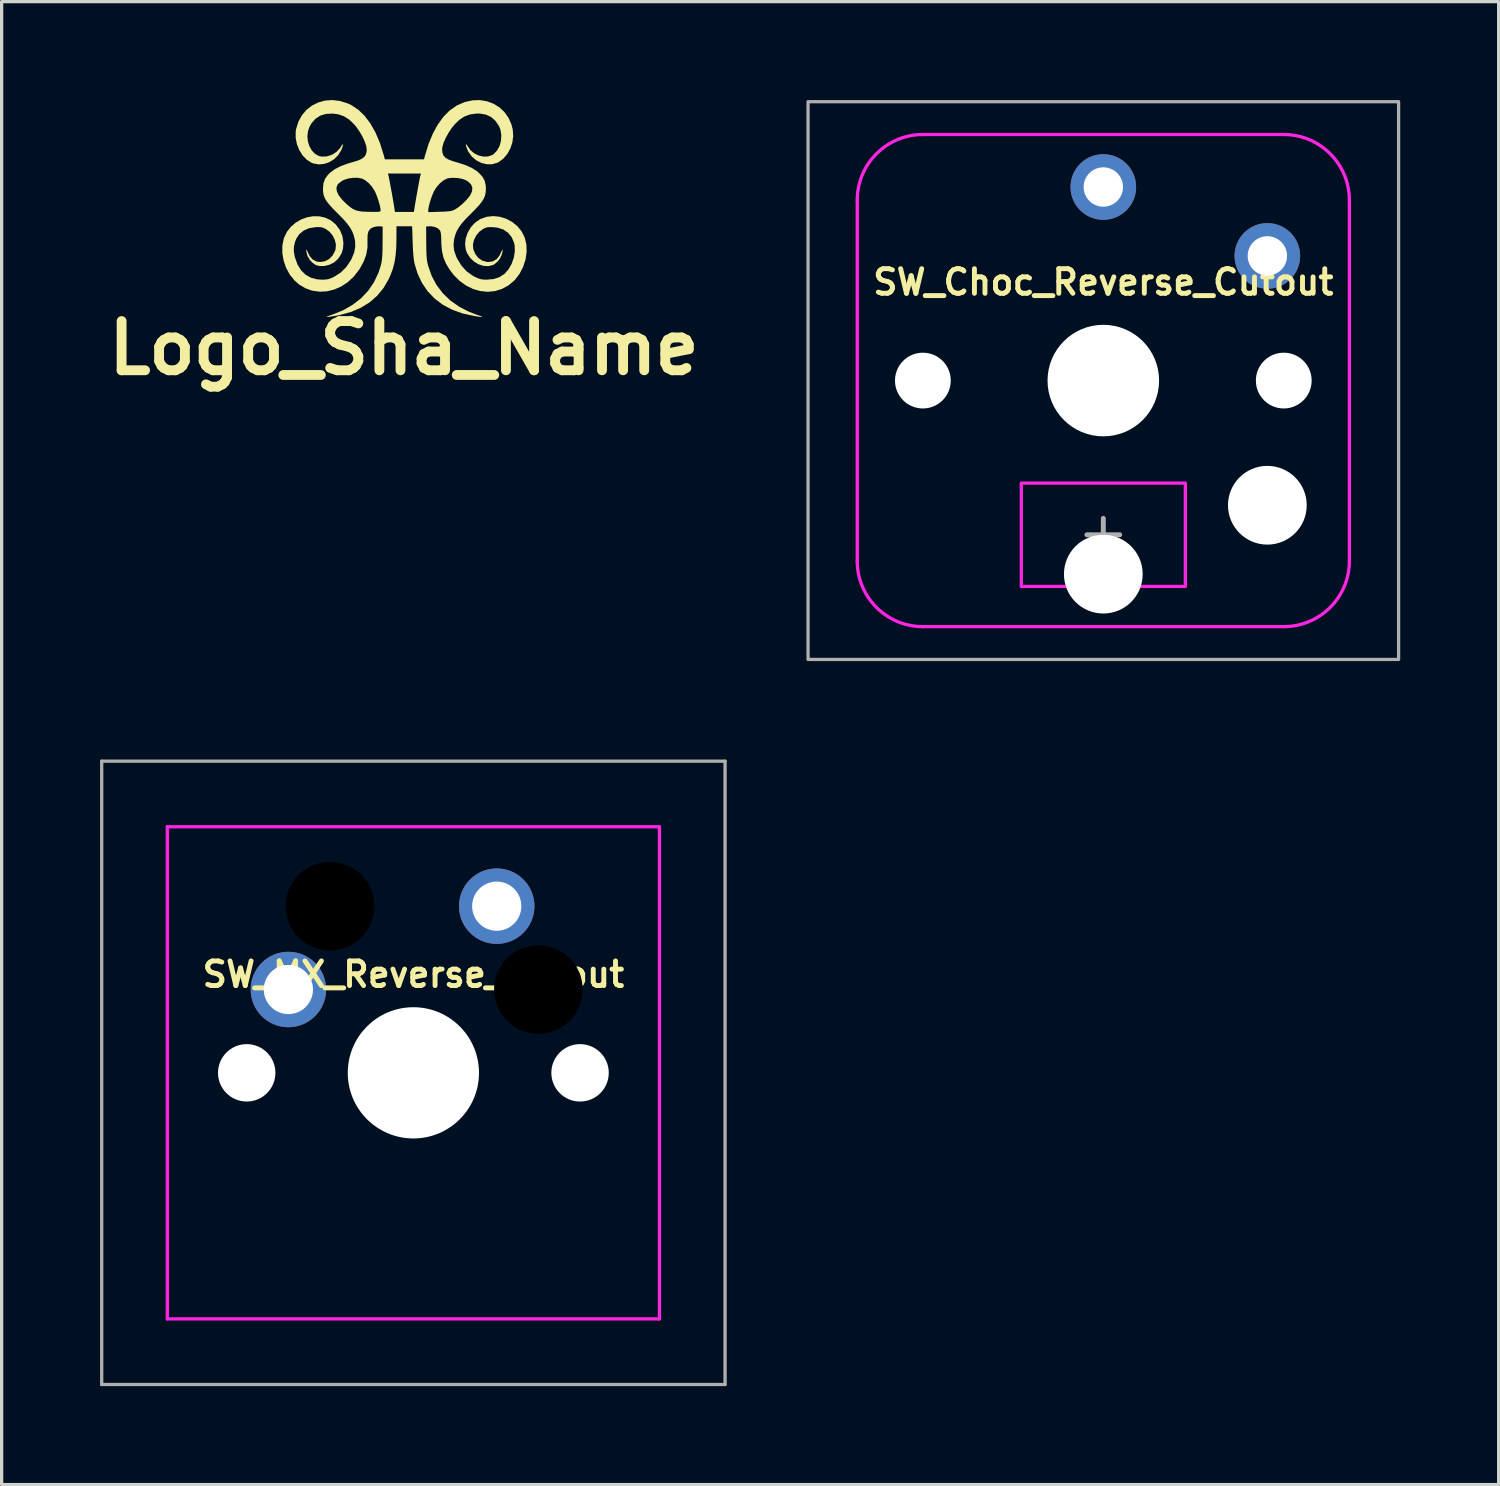
<source format=kicad_pcb>
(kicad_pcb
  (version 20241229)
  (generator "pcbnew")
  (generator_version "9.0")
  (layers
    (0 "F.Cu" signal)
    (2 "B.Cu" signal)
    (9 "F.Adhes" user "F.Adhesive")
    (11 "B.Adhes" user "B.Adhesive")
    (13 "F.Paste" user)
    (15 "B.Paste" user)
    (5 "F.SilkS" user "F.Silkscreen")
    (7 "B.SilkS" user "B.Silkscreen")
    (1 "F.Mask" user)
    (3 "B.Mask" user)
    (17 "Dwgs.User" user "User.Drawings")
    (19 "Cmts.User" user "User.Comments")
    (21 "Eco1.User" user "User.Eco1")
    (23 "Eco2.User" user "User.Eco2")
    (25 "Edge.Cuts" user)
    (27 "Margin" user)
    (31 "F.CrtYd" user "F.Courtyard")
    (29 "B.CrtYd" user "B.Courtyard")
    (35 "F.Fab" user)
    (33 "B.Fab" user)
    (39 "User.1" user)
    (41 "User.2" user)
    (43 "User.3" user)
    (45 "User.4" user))
  (footprint "Logo_Sha_Name"
    (layer "F.Cu")
    (at 9.264 3.308)
    (property "Reference" "Logo_Sha_Name" (at 0 4.25 0) (layer "F.SilkS") (effects (font (size 1.5 1.5) (thickness 0.3))))
    (attr board_only exclude_from_pos_files exclude_from_bom)
    (fp_poly (pts (xy -1.953 -3.281) (xy -1.723 -3.209) (xy -1.6 -3.151) (xy -1.39 -3.011) (xy -1.197 -2.824) (xy -1.023 -2.592) (xy -0.868 -2.317) (xy -0.734 -1.999) (xy -0.621 -1.641) (xy -0.612 -1.61) (xy -0.584 -1.502) (xy 0.013 -1.502) (xy 0.609 -1.502) (xy 0.638 -1.61) (xy 0.747 -1.967) (xy 0.879 -2.285) (xy 1.031 -2.563) (xy 1.202 -2.799) (xy 1.391 -2.99) (xy 1.597 -3.135) (xy 1.625 -3.151) (xy 1.854 -3.248) (xy 2.083 -3.299) (xy 2.308 -3.307) (xy 2.523 -3.273) (xy 2.724 -3.199) (xy 2.904 -3.089) (xy 3.06 -2.944) (xy 3.186 -2.767) (xy 3.277 -2.559) (xy 3.315 -2.408) (xy 3.329 -2.213) (xy 3.303 -2.017) (xy 3.241 -1.831) (xy 3.148 -1.663) (xy 3.027 -1.522) (xy 2.883 -1.417) (xy 2.845 -1.398) (xy 2.686 -1.352) (xy 2.52 -1.352) (xy 2.357 -1.392) (xy 2.204 -1.471) (xy 2.071 -1.583) (xy 1.966 -1.726) (xy 1.938 -1.782) (xy 1.907 -1.86) (xy 1.89 -1.921) (xy 1.887 -1.957) (xy 1.899 -1.961) (xy 1.925 -1.926) (xy 1.937 -1.905) (xy 2.026 -1.78) (xy 2.143 -1.683) (xy 2.278 -1.617) (xy 2.42 -1.585) (xy 2.56 -1.589) (xy 2.688 -1.632) (xy 2.737 -1.664) (xy 2.839 -1.772) (xy 2.914 -1.912) (xy 2.957 -2.072) (xy 2.966 -2.239) (xy 2.94 -2.401) (xy 2.898 -2.509) (xy 2.79 -2.671) (xy 2.657 -2.79) (xy 2.496 -2.865) (xy 2.309 -2.897) (xy 2.198 -2.896) (xy 2.006 -2.868) (xy 1.839 -2.806) (xy 1.685 -2.703) (xy 1.554 -2.577) (xy 1.451 -2.451) (xy 1.356 -2.307) (xy 1.274 -2.158) (xy 1.21 -2.014) (xy 1.171 -1.887) (xy 1.162 -1.81) (xy 1.171 -1.703) (xy 1.203 -1.618) (xy 1.264 -1.55) (xy 1.36 -1.494) (xy 1.497 -1.443) (xy 1.609 -1.411) (xy 1.856 -1.333) (xy 2.059 -1.244) (xy 2.221 -1.142) (xy 2.282 -1.09) (xy 2.394 -0.968) (xy 2.462 -0.841) (xy 2.492 -0.694) (xy 2.496 -0.611) (xy 2.491 -0.502) (xy 2.472 -0.405) (xy 2.435 -0.311) (xy 2.376 -0.214) (xy 2.291 -0.105) (xy 2.173 0.021) (xy 2.042 0.153) (xy 1.886 0.31) (xy 1.766 0.446) (xy 1.676 0.567) (xy 1.61 0.682) (xy 1.563 0.8) (xy 1.529 0.929) (xy 1.527 0.935) (xy 1.509 1.111) (xy 1.529 1.283) (xy 1.592 1.464) (xy 1.618 1.52) (xy 1.751 1.738) (xy 1.912 1.915) (xy 2.101 2.05) (xy 2.15 2.075) (xy 2.255 2.124) (xy 2.339 2.151) (xy 2.425 2.164) (xy 2.517 2.166) (xy 2.729 2.148) (xy 2.91 2.089) (xy 3.063 1.989) (xy 3.189 1.846) (xy 3.281 1.682) (xy 3.346 1.498) (xy 3.377 1.309) (xy 3.373 1.129) (xy 3.353 1.036) (xy 3.28 0.868) (xy 3.171 0.735) (xy 3.029 0.639) (xy 2.854 0.582) (xy 2.726 0.567) (xy 2.617 0.564) (xy 2.54 0.57) (xy 2.473 0.59) (xy 2.421 0.615) (xy 2.299 0.703) (xy 2.201 0.82) (xy 2.133 0.956) (xy 2.101 1.098) (xy 2.111 1.234) (xy 2.113 1.24) (xy 2.175 1.388) (xy 2.269 1.505) (xy 2.389 1.587) (xy 2.527 1.626) (xy 2.573 1.628) (xy 2.709 1.607) (xy 2.822 1.542) (xy 2.912 1.431) (xy 2.97 1.304) (xy 2.991 1.256) (xy 3.003 1.252) (xy 3.004 1.283) (xy 2.995 1.343) (xy 2.979 1.407) (xy 2.931 1.512) (xy 2.852 1.614) (xy 2.759 1.694) (xy 2.708 1.722) (xy 2.565 1.755) (xy 2.416 1.745) (xy 2.268 1.696) (xy 2.132 1.613) (xy 2.015 1.5) (xy 1.925 1.363) (xy 1.884 1.255) (xy 1.861 1.083) (xy 1.882 0.904) (xy 1.942 0.73) (xy 2.037 0.569) (xy 2.163 0.431) (xy 2.314 0.326) (xy 2.334 0.315) (xy 2.525 0.249) (xy 2.724 0.228) (xy 2.923 0.25) (xy 3.117 0.31) (xy 3.296 0.406) (xy 3.454 0.534) (xy 3.584 0.693) (xy 3.677 0.877) (xy 3.682 0.891) (xy 3.731 1.101) (xy 3.737 1.326) (xy 3.703 1.555) (xy 3.631 1.778) (xy 3.523 1.986) (xy 3.383 2.17) (xy 3.363 2.19) (xy 3.181 2.343) (xy 2.981 2.451) (xy 2.769 2.515) (xy 2.549 2.536) (xy 2.327 2.514) (xy 2.107 2.451) (xy 1.895 2.347) (xy 1.695 2.204) (xy 1.512 2.021) (xy 1.386 1.854) (xy 1.277 1.671) (xy 1.203 1.494) (xy 1.159 1.307) (xy 1.139 1.094) (xy 1.137 1.017) (xy 1.134 0.879) (xy 1.127 0.781) (xy 1.115 0.714) (xy 1.097 0.667) (xy 1.089 0.655) (xy 1.025 0.597) (xy 0.928 0.556) (xy 0.816 0.538) (xy 0.756 0.539) (xy 0.675 0.547) (xy 0.678 1.043) (xy 0.68 1.228) (xy 0.684 1.372) (xy 0.691 1.486) (xy 0.701 1.579) (xy 0.716 1.661) (xy 0.736 1.743) (xy 0.842 2.048) (xy 0.991 2.327) (xy 1.181 2.578) (xy 1.41 2.799) (xy 1.677 2.988) (xy 1.98 3.144) (xy 2.207 3.231) (xy 2.312 3.267) (xy 2.372 3.29) (xy 2.386 3.302) (xy 2.352 3.303) (xy 2.271 3.294) (xy 2.142 3.274) (xy 2.126 3.271) (xy 1.775 3.193) (xy 1.458 3.077) (xy 1.176 2.926) (xy 0.929 2.738) (xy 0.718 2.517) (xy 0.545 2.261) (xy 0.41 1.973) (xy 0.317 1.663) (xy 0.301 1.565) (xy 0.286 1.425) (xy 0.273 1.254) (xy 0.264 1.062) (xy 0.263 1.014) (xy 0.248 0.539) (xy 0.009 0.539) (xy -0.229 0.539) (xy -0.23 0.899) (xy -0.236 1.179) (xy -0.255 1.419) (xy -0.288 1.632) (xy -0.338 1.828) (xy -0.408 2.018) (xy -0.468 2.151) (xy -0.625 2.422) (xy -0.818 2.657) (xy -1.048 2.858) (xy -1.315 3.022) (xy -1.616 3.151) (xy -1.954 3.244) (xy -2.1 3.271) (xy -2.235 3.292) (xy -2.321 3.303) (xy -2.359 3.303) (xy -2.35 3.292) (xy -2.294 3.27) (xy -2.194 3.235) (xy -2.182 3.231) (xy -1.855 3.099) (xy -1.564 2.932) (xy -1.308 2.733) (xy -1.091 2.502) (xy -0.914 2.242) (xy -0.778 1.955) (xy -0.71 1.743) (xy -0.69 1.661) (xy -0.676 1.579) (xy -0.666 1.486) (xy -0.659 1.372) (xy -0.655 1.228) (xy -0.653 1.043) (xy -0.65 0.547) (xy -0.74 0.54) (xy -0.825 0.543) (xy -0.917 0.561) (xy -0.931 0.565) (xy -1.022 0.612) (xy -1.081 0.687) (xy -1.11 0.796) (xy -1.113 0.943) (xy -1.113 0.954) (xy -1.113 1.186) (xy -1.15 1.4) (xy -1.226 1.609) (xy -1.344 1.825) (xy -1.368 1.862) (xy -1.529 2.071) (xy -1.714 2.242) (xy -1.915 2.375) (xy -2.129 2.468) (xy -2.35 2.522) (xy -2.572 2.533) (xy -2.791 2.503) (xy -3.001 2.43) (xy -3.197 2.314) (xy -3.338 2.19) (xy -3.482 2.011) (xy -3.594 1.805) (xy -3.67 1.583) (xy -3.709 1.354) (xy -3.708 1.129) (xy -3.665 0.916) (xy -3.657 0.891) (xy -3.569 0.708) (xy -3.447 0.553) (xy -3.299 0.426) (xy -3.131 0.329) (xy -2.949 0.264) (xy -2.762 0.232) (xy -2.574 0.237) (xy -2.395 0.278) (xy -2.229 0.358) (xy -2.084 0.479) (xy -2.076 0.488) (xy -1.952 0.656) (xy -1.877 0.838) (xy -1.848 1.036) (xy -1.848 1.069) (xy -1.861 1.229) (xy -1.903 1.364) (xy -1.981 1.492) (xy -2.025 1.547) (xy -2.134 1.643) (xy -2.271 1.711) (xy -2.421 1.749) (xy -2.569 1.751) (xy -2.683 1.722) (xy -2.777 1.661) (xy -2.866 1.569) (xy -2.932 1.463) (xy -2.954 1.407) (xy -2.972 1.329) (xy -2.979 1.274) (xy -2.976 1.25) (xy -2.962 1.262) (xy -2.944 1.304) (xy -2.873 1.453) (xy -2.779 1.556) (xy -2.663 1.614) (xy -2.548 1.628) (xy -2.405 1.604) (xy -2.279 1.535) (xy -2.176 1.429) (xy -2.103 1.29) (xy -2.087 1.24) (xy -2.075 1.104) (xy -2.105 0.962) (xy -2.172 0.826) (xy -2.268 0.707) (xy -2.389 0.618) (xy -2.395 0.615) (xy -2.465 0.584) (xy -2.533 0.567) (xy -2.617 0.563) (xy -2.701 0.567) (xy -2.893 0.598) (xy -3.056 0.669) (xy -3.188 0.776) (xy -3.284 0.919) (xy -3.323 1.021) (xy -3.355 1.163) (xy -3.359 1.296) (xy -3.335 1.442) (xy -3.325 1.484) (xy -3.248 1.701) (xy -3.141 1.877) (xy -3.004 2.012) (xy -2.84 2.106) (xy -2.648 2.156) (xy -2.504 2.166) (xy -2.395 2.163) (xy -2.312 2.151) (xy -2.23 2.124) (xy -2.128 2.077) (xy -2.125 2.075) (xy -1.929 1.95) (xy -1.76 1.783) (xy -1.621 1.574) (xy -1.593 1.52) (xy -1.518 1.334) (xy -1.485 1.161) (xy -1.492 0.987) (xy -1.502 0.935) (xy -1.535 0.806) (xy -1.582 0.687) (xy -1.647 0.572) (xy -1.736 0.452) (xy -1.854 0.317) (xy -2.008 0.161) (xy -2.016 0.153) (xy -2.164 0.004) (xy -2.277 -0.12) (xy -2.36 -0.226) (xy -2.416 -0.322) (xy -2.45 -0.416) (xy -2.467 -0.515) (xy -2.47 -0.611) (xy -2.468 -0.638) (xy -2.06 -0.638) (xy -2.049 -0.53) (xy -1.991 -0.407) (xy -1.886 -0.272) (xy -1.772 -0.158) (xy -1.667 -0.067) (xy -1.575 0.000101) (xy -1.485 0.046) (xy -1.384 0.075) (xy -1.262 0.091) (xy -1.106 0.098) (xy -1.013 0.099) (xy -0.885 0.1) (xy -0.801 0.099) (xy -0.75 0.093) (xy -0.724 0.083) (xy -0.714 0.065) (xy -0.713 0.044) (xy -0.723 -0.031) (xy -0.748 -0.138) (xy -0.785 -0.261) (xy -0.828 -0.385) (xy -0.873 -0.495) (xy -0.89 -0.531) (xy -0.971 -0.66) (xy -1.074 -0.776) (xy -1.187 -0.866) (xy -1.286 -0.916) (xy -1.412 -0.939) (xy -1.561 -0.938) (xy -1.709 -0.915) (xy -1.838 -0.872) (xy -1.869 -0.856) (xy -1.944 -0.806) (xy -2.005 -0.754) (xy -2.024 -0.732) (xy -2.06 -0.638) (xy -2.468 -0.638) (xy -2.455 -0.773) (xy -2.406 -0.908) (xy -2.317 -1.031) (xy -2.278 -1.069) (xy -0.49 -1.069) (xy -0.474 -1.012) (xy -0.464 -0.965) (xy -0.447 -0.879) (xy -0.425 -0.763) (xy -0.4 -0.628) (xy -0.373 -0.484) (xy -0.348 -0.341) (xy -0.325 -0.209) (xy -0.307 -0.099) (xy -0.295 -0.022) (xy -0.294 -0.019) (xy -0.277 0.102) (xy 0.013 0.102) (xy 0.303 0.102) (xy 0.31 0.047) (xy 0.739 0.047) (xy 0.739 0.108) (xy 1.089 0.097) (xy 1.236 0.092) (xy 1.343 0.084) (xy 1.421 0.074) (xy 1.481 0.059) (xy 1.534 0.037) (xy 1.552 0.028) (xy 1.661 -0.043) (xy 1.781 -0.142) (xy 1.896 -0.255) (xy 1.99 -0.368) (xy 2.017 -0.406) (xy 2.075 -0.529) (xy 2.083 -0.64) (xy 2.042 -0.739) (xy 1.952 -0.825) (xy 1.876 -0.87) (xy 1.768 -0.908) (xy 1.632 -0.932) (xy 1.49 -0.939) (xy 1.363 -0.929) (xy 1.311 -0.916) (xy 1.202 -0.859) (xy 1.09 -0.766) (xy 0.988 -0.649) (xy 0.915 -0.531) (xy 0.87 -0.429) (xy 0.825 -0.308) (xy 0.786 -0.181) (xy 0.756 -0.065) (xy 0.74 0.025) (xy 0.739 0.047) (xy 0.31 0.047) (xy 0.32 -0.019) (xy 0.331 -0.095) (xy 0.35 -0.203) (xy 0.372 -0.334) (xy 0.398 -0.476) (xy 0.424 -0.621) (xy 0.449 -0.757) (xy 0.471 -0.874) (xy 0.488 -0.962) (xy 0.499 -1.01) (xy 0.5 -1.012) (xy 0.515 -1.069) (xy 0.013 -1.069) (xy -0.49 -1.069) (xy -2.278 -1.069) (xy -2.257 -1.09) (xy -2.111 -1.2) (xy -1.927 -1.295) (xy -1.7 -1.377) (xy -1.583 -1.411) (xy -1.417 -1.461) (xy -1.296 -1.513) (xy -1.213 -1.573) (xy -1.164 -1.647) (xy -1.14 -1.739) (xy -1.137 -1.81) (xy -1.153 -1.917) (xy -1.199 -2.049) (xy -1.268 -2.196) (xy -1.354 -2.345) (xy -1.451 -2.485) (xy -1.528 -2.577) (xy -1.679 -2.719) (xy -1.834 -2.816) (xy -2.004 -2.874) (xy -2.172 -2.896) (xy -2.374 -2.887) (xy -2.548 -2.835) (xy -2.696 -2.74) (xy -2.818 -2.601) (xy -2.873 -2.509) (xy -2.927 -2.359) (xy -2.945 -2.202) (xy -2.929 -2.047) (xy -2.883 -1.901) (xy -2.811 -1.773) (xy -2.715 -1.672) (xy -2.598 -1.605) (xy -2.509 -1.584) (xy -2.349 -1.591) (xy -2.194 -1.641) (xy -2.055 -1.73) (xy -1.945 -1.85) (xy -1.911 -1.905) (xy -1.88 -1.955) (xy -1.864 -1.963) (xy -1.862 -1.936) (xy -1.874 -1.882) (xy -1.901 -1.808) (xy -1.913 -1.782) (xy -2.006 -1.629) (xy -2.13 -1.506) (xy -2.277 -1.415) (xy -2.438 -1.361) (xy -2.603 -1.347) (xy -2.766 -1.377) (xy -2.819 -1.398) (xy -2.966 -1.491) (xy -3.092 -1.623) (xy -3.193 -1.784) (xy -3.264 -1.965) (xy -3.302 -2.156) (xy -3.301 -2.348) (xy -3.29 -2.422) (xy -3.219 -2.649) (xy -3.111 -2.846) (xy -2.97 -3.011) (xy -2.802 -3.142) (xy -2.611 -3.236) (xy -2.402 -3.293) (xy -2.181 -3.308)) (stroke (width 0) (type solid)) (fill yes) (layer "F.SilkS")))
  (footprint "SW_Choc_Reverse_Cutout"
    (layer "F.Cu")
    (at 30.579 8.55)
    (property "Reference" "SW_Choc_Reverse_Cutout" (at 0 -3 0) (layer "F.SilkS") (effects (font (size 0.75 0.75) (thickness 0.15))))
    (attr through_hole)
    (fp_line (start -7.5 5.5) (end -7.5 -5.5) (stroke (width 0.1) (type solid)) (layer "F.CrtYd"))
    (fp_line (start 5.5 -7.5) (end -5.5 -7.5) (stroke (width 0.1) (type solid)) (layer "F.CrtYd"))
    (fp_line (start 5.5 7.5) (end -5.5 7.5) (stroke (width 0.1) (type solid)) (layer "F.CrtYd"))
    (fp_line (start 7.5 5.5) (end 7.5 -5.5) (stroke (width 0.1) (type solid)) (layer "F.CrtYd"))
    (fp_rect (start -2.5 3.125) (end 2.5 6.275) (stroke (width 0.1) (type default)) (fill no) (layer "F.CrtYd"))
    (fp_arc (start -7.5 -5.5) (mid -6.914214 -6.914213) (end -5.5 -7.5) (stroke (width 0.1) (type solid)) (layer "F.CrtYd"))
    (fp_arc (start -5.5 7.5) (mid -6.914213 6.914214) (end -7.5 5.5) (stroke (width 0.1) (type solid)) (layer "F.CrtYd"))
    (fp_arc (start 5.5 -7.5) (mid 6.914213 -6.914214) (end 7.5 -5.5) (stroke (width 0.1) (type solid)) (layer "F.CrtYd"))
    (fp_arc (start 7.5 5.5) (mid 6.914214 6.914213) (end 5.5 7.5) (stroke (width 0.1) (type solid)) (layer "F.CrtYd"))
    (fp_line (start -0.5 4.7) (end 0 4.7) (stroke (width 0.15) (type solid)) (layer "F.Fab"))
    (fp_line (start 0 4.2) (end 0 4.7) (stroke (width 0.15) (type solid)) (layer "F.Fab"))
    (fp_line (start 0 4.7) (end 0 5.2) (stroke (width 0.15) (type solid)) (layer "F.Fab"))
    (fp_line (start 0 4.7) (end 0.5 4.7) (stroke (width 0.15) (type solid)) (layer "F.Fab"))
    (fp_rect (start -9 -8.5) (end 9 8.5) (stroke (width 0.1) (type default)) (fill no) (layer "F.Fab"))
    (pad "" np_thru_hole circle (at -5.5 0) (size 1.7 1.7) (drill 1.7) (layers "*.Cu" "*.Mask"))
    (pad "" np_thru_hole circle (at 0 0) (size 3.4 3.4) (drill 3.4) (layers "*.Cu" "*.Mask"))
    (pad "" np_thru_hole circle (at 0 5.9) (size 2.4 2.4) (drill 2.4) (layers "*.Cu" "*.Mask"))
    (pad "" np_thru_hole circle (at 5 3.8) (size 2.4 2.4) (drill 2.4) (layers "*.Cu" "*.Mask"))
    (pad "" np_thru_hole circle (at 5.5 0) (size 1.7 1.7) (drill 1.7) (layers "*.Cu" "*.Mask"))
    (pad "1" thru_hole circle (at 0 -5.9) (size 2 2) (drill 1.2) (layers "*.Cu" "*.Mask"))
    (pad "2" thru_hole circle (at 5 -3.8) (size 2 2) (drill 1.2) (layers "*.Cu" "*.Mask")))
  (footprint "SW_MX_Reverse_Cutout"
    (layer "F.Cu")
    (at 9.55 29.65)
    (property "Reference" "SW_MX_Reverse_Cutout" (at 0 -3 0) (layer "F.SilkS") (effects (font (size 0.75 0.75) (thickness 0.15))))
    (attr through_hole)
    (fp_line (start -7.5 7.5) (end -7.5 -7.5) (stroke (width 0.1) (type solid)) (layer "F.CrtYd"))
    (fp_line (start -7.5 7.5) (end 7.5 7.5) (stroke (width 0.1) (type solid)) (layer "F.CrtYd"))
    (fp_line (start 7.5 -7.5) (end -7.5 -7.5) (stroke (width 0.1) (type solid)) (layer "F.CrtYd"))
    (fp_line (start 7.5 -7.5) (end 7.5 7.5) (stroke (width 0.1) (type solid)) (layer "F.CrtYd"))
    (fp_line (start -9.5 -9.5) (end 9.5 -9.5) (stroke (width 0.1) (type solid)) (layer "F.Fab"))
    (fp_line (start -9.5 9.5) (end -9.5 -9.5) (stroke (width 0.1) (type solid)) (layer "F.Fab"))
    (fp_line (start -9.5 9.5) (end 9.5 9.5) (stroke (width 0.1) (type solid)) (layer "F.Fab"))
    (fp_line (start 9.5 9.5) (end 9.5 -9.5) (stroke (width 0.1) (type solid)) (layer "F.Fab"))
    (pad "" np_thru_hole circle (at -5.08 0) (size 1.75 1.75) (drill 1.75) (layers "*.Cu" "*.Mask"))
    (pad "" np_thru_hole circle (at -2.54 -5.08) (size 2.7 2.7) (drill 2.7) (layers "*.Mask"))
    (pad "" np_thru_hole circle (at 0 0 180) (size 4 4) (drill 4) (layers "*.Cu" "*.Mask"))
    (pad "" np_thru_hole circle (at 3.81 -2.54) (size 2.7 2.7) (drill 2.7) (layers "*.Mask"))
    (pad "" np_thru_hole circle (at 5.08 0) (size 1.75 1.75) (drill 1.75) (layers "*.Cu" "*.Mask"))
    (pad "1" thru_hole circle (at 2.54 -5.08) (size 2.3 2.3) (drill 1.5) (layers "*.Cu" "*.Mask"))
    (pad "2" thru_hole circle (at -3.81 -2.54) (size 2.3 2.3) (drill 1.5) (layers "*.Cu" "*.Mask")))
  (gr_rect
    (start -3 -3)
    (end 42.629 42.2)
    (stroke (width 0.1) (type default))
    (fill no)
    (layer "Edge.Cuts")))
</source>
